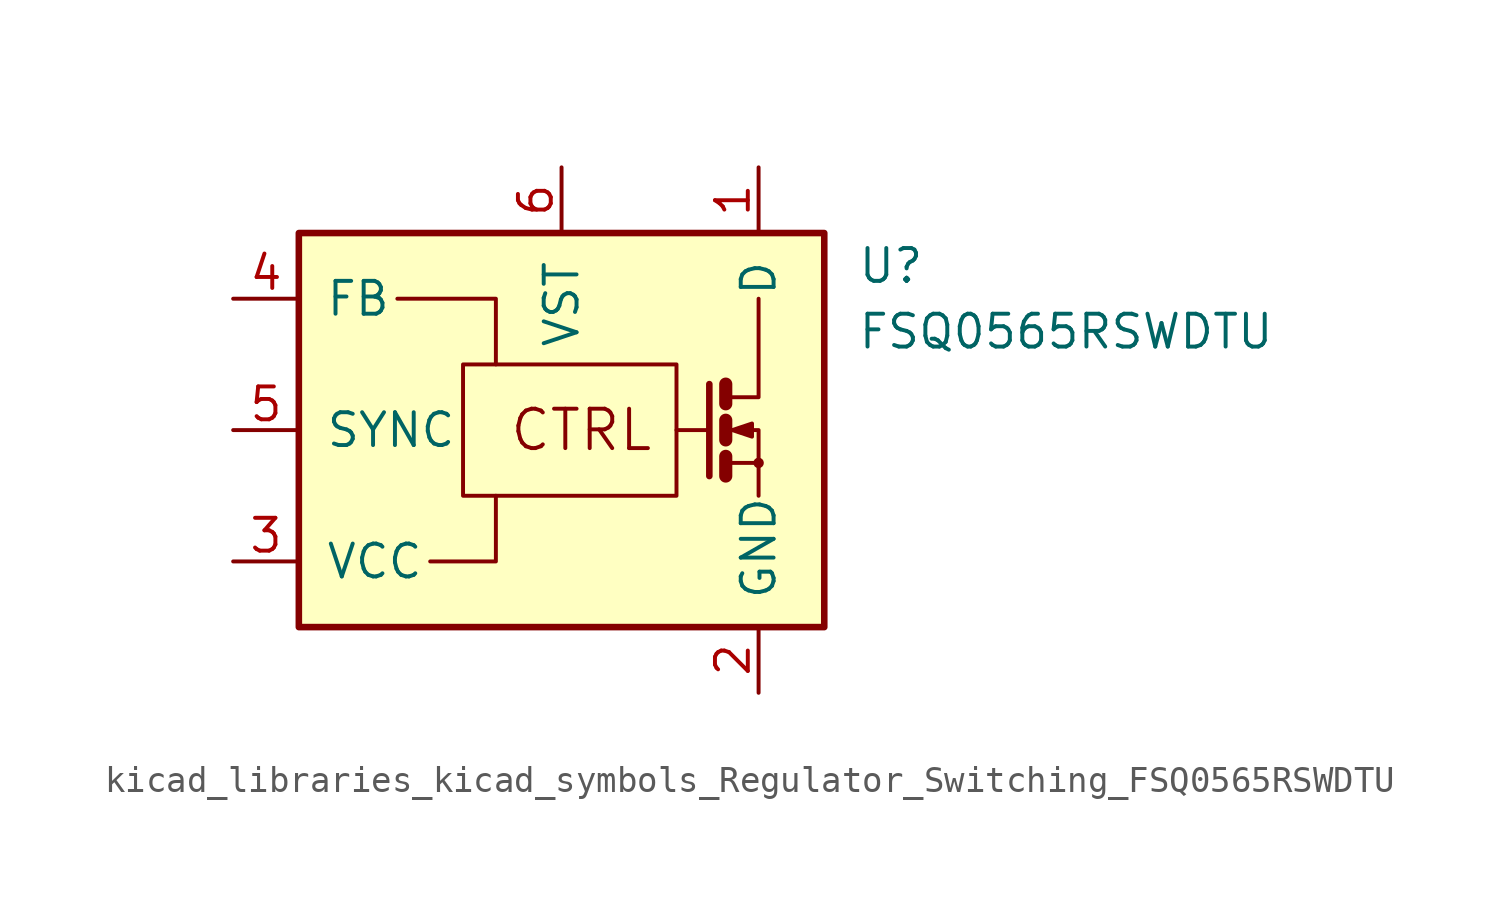
<source format=kicad_sym>
(kicad_symbol_lib
  (version 20220914)
  (generator kicad_symbol_editor)
  (symbol "kicad_libraries_kicad_symbols_Regulator_Switching_FSQ0565RSWDTU"
    (pin_names
      (offset 1.016))
    (property "Reference" "U"
      (at 11.43 6.35 0)
      (effects (font (size 1.27 1.27)) (justify left)))
    (property "Value" "FSQ0565RSWDTU"
      (at 11.43 3.81 0)
      (effects (font (size 1.27 1.27)) (justify left)))
    (symbol "kicad_libraries_kicad_symbols_Regulator_Switching_FSQ0565RSWDTU_0_0"
      (rectangle (start -10.16 7.62) (end 10.16 -7.62) (stroke (width 0.254) (type default)) (fill (type background)))
      (rectangle (start -3.81 2.54) (end 4.445 -2.54) (stroke (width 0) (type default)) (fill (type none)))
      (polyline (pts (xy 5.715 1.778) (xy 5.715 -1.778)) (stroke (width 0.254) (type default)) (fill (type none)))
      (polyline (pts (xy 6.35 -1.27) (xy 7.62 -1.27)) (stroke (width 0) (type default)) (fill (type none)))
      (polyline (pts (xy 6.35 -1.016) (xy 6.35 -1.778)) (stroke (width 0.508) (type default)) (fill (type none)))
      (polyline (pts (xy 6.35 0.381) (xy 6.35 -0.381)) (stroke (width 0.508) (type default)) (fill (type none)))
      (polyline (pts (xy 6.35 1.778) (xy 6.35 1.016)) (stroke (width 0.508) (type default)) (fill (type none)))
      (polyline (pts (xy 6.35 1.27) (xy 7.62 1.27) (xy 7.62 5.08)) (stroke (width 0) (type default)) (fill (type none)))
      (polyline (pts (xy 6.604 0) (xy 7.366 0.254) (xy 7.366 -0.254) (xy 6.604 0)) (stroke (width 0) (type default)) (fill (type outline)))
      (polyline (pts (xy 7.62 -1.905) (xy 7.62 -2.54) (xy 7.62 0) (xy 6.35 0)) (stroke (width 0) (type default)) (fill (type none)))
      (circle (center 7.62 -1.27) (radius 0.127) (stroke (width 0) (type default)) (fill (type none)))
      (text "CTRL" (at 0.762 0 0) (effects (font (size 1.524 1.524)))))
    (symbol "kicad_libraries_kicad_symbols_Regulator_Switching_FSQ0565RSWDTU_0_1"
      (polyline (pts (xy 4.445 0) (xy 5.715 0)) (stroke (width 0) (type default)) (fill (type none)))
      (polyline (pts (xy -6.35 5.08) (xy -2.54 5.08) (xy -2.54 2.54)) (stroke (width 0) (type default)) (fill (type none)))
      (polyline (pts (xy -5.08 -5.08) (xy -2.54 -5.08) (xy -2.54 -2.54)) (stroke (width 0) (type default)) (fill (type none))))
    (symbol "kicad_libraries_kicad_symbols_Regulator_Switching_FSQ0565RSWDTU_1_1"
      (pin passive line (at 7.62 10.16 270) (length 2.54) (name "D" (effects (font (size 1.27 1.27)))) (number "1" (effects (font (size 1.27 1.27)))))
      (pin power_in line (at 7.62 -10.16 90) (length 2.54) (name "GND" (effects (font (size 1.27 1.27)))) (number "2" (effects (font (size 1.27 1.27)))))
      (pin power_in line (at -12.7 -5.08 0) (length 2.54) (name "VCC" (effects (font (size 1.27 1.27)))) (number "3" (effects (font (size 1.27 1.27)))))
      (pin passive line (at -12.7 5.08 0) (length 2.54) (name "FB" (effects (font (size 1.27 1.27)))) (number "4" (effects (font (size 1.27 1.27)))))
      (pin passive line (at -12.7 0 0) (length 2.54) (name "SYNC" (effects (font (size 1.27 1.27)))) (number "5" (effects (font (size 1.27 1.27)))))
      (pin passive line (at 0 10.16 270) (length 2.54) (name "VST" (effects (font (size 1.27 1.27)))) (number "6" (effects (font (size 1.27 1.27))))))))
</source>
